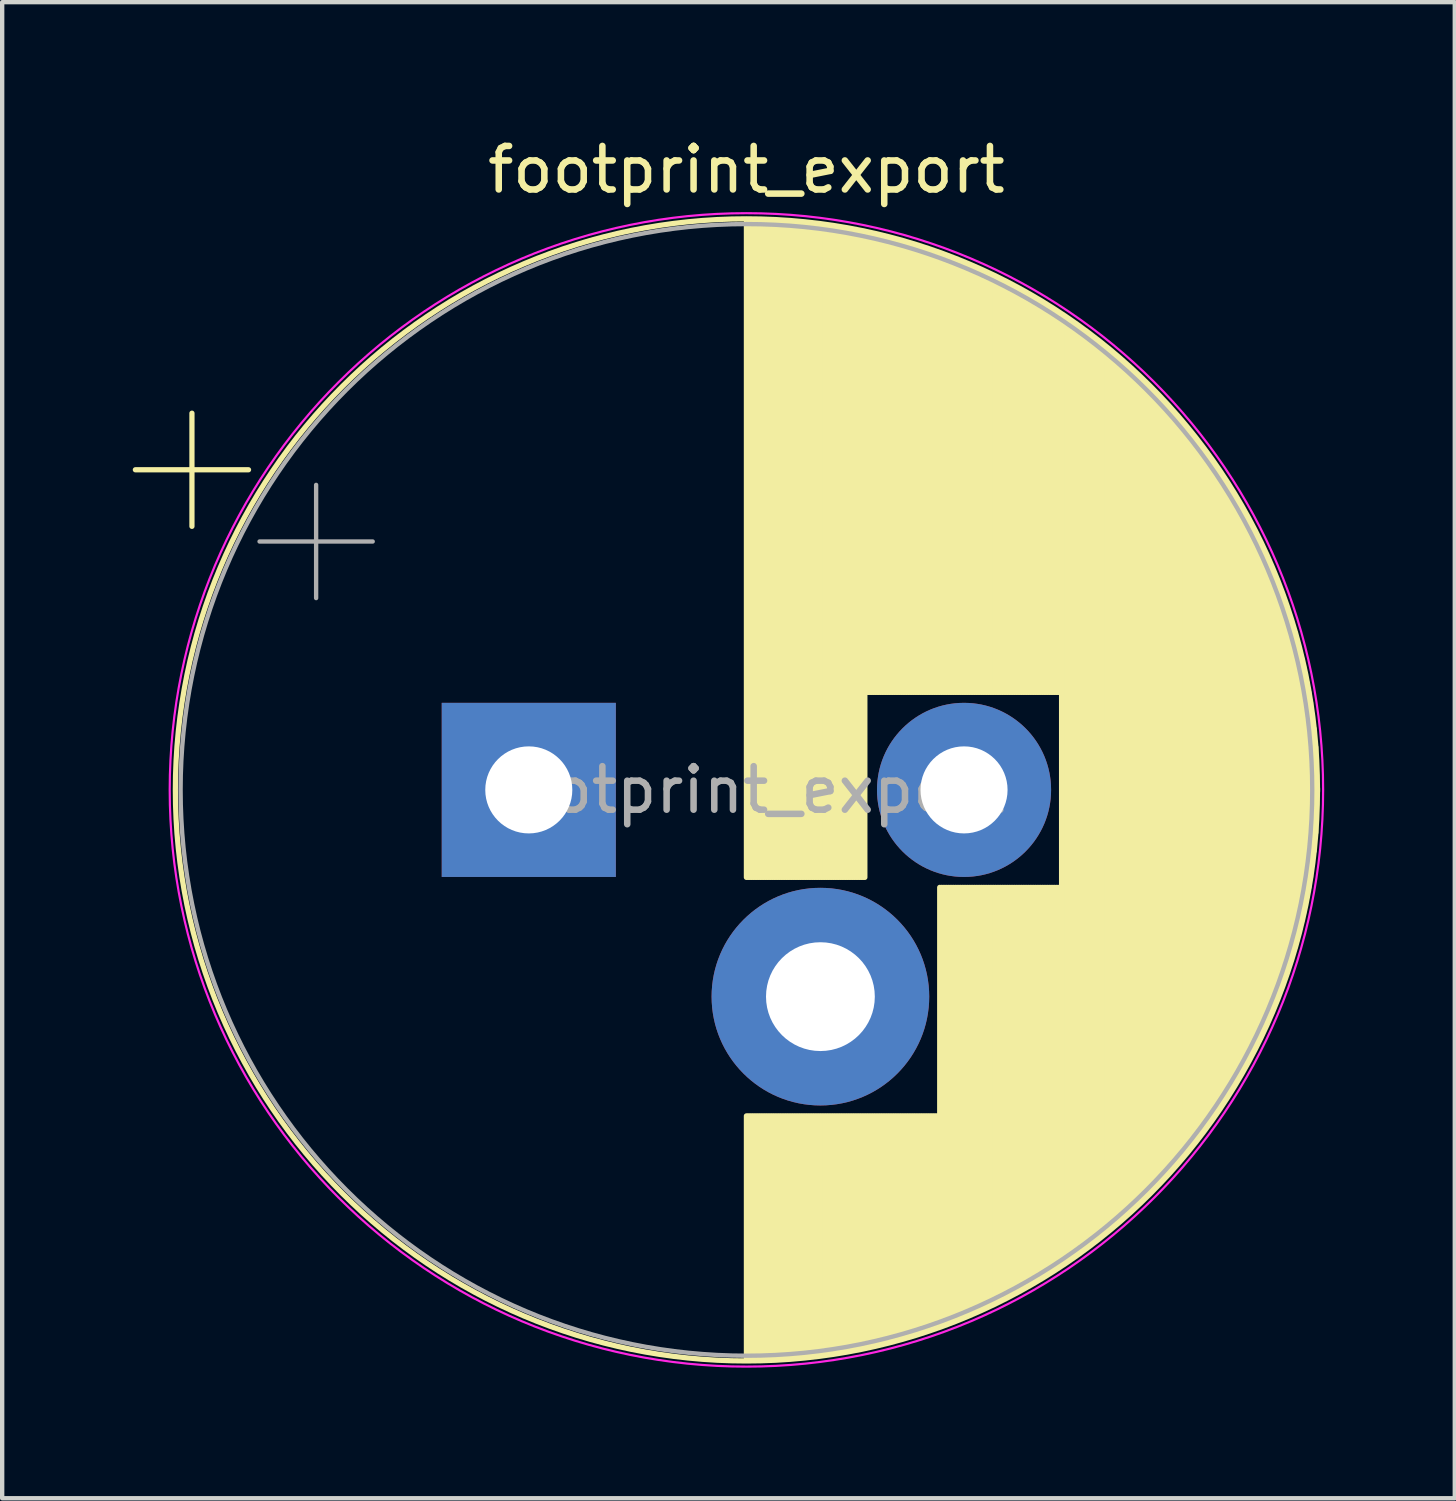
<source format=kicad_pcb>
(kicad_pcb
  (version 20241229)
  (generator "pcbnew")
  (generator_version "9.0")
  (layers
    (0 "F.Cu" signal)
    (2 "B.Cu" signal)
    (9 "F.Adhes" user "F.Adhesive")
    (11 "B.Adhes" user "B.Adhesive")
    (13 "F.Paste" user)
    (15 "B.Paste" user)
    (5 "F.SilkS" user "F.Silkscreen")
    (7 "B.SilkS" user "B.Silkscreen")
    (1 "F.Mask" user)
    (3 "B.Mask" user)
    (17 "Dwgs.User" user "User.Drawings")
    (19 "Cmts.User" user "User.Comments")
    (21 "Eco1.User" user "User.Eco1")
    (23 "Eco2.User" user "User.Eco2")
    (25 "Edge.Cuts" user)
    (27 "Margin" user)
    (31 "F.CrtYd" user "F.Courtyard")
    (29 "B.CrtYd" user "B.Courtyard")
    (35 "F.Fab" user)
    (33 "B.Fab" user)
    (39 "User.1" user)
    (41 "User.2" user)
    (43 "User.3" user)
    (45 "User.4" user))
  (footprint "footprint_export"
    (layer "F.Cu")
    (at 9.099 15.098)
    (property "Reference" "footprint_export" (at 5 -14.25 0) (layer "F.SilkS") (effects (font (size 1 1) (thickness 0.15))))
    (attr through_hole)
    (fp_line (start -9.039 -7.355) (end -6.439 -7.355) (stroke (width 0.12) (type solid)) (layer "F.SilkS"))
    (fp_line (start -7.739 -8.655) (end -7.739 -6.055) (stroke (width 0.12) (type solid)) (layer "F.SilkS"))
    (fp_line (start 5 -13.081) (end 5 2.01) (stroke (width 0.12) (type solid)) (layer "F.SilkS"))
    (fp_line (start 5 7.49) (end 5 13.081) (stroke (width 0.12) (type solid)) (layer "F.SilkS"))
    (fp_line (start 5.04 -13.08) (end 5.04 2.01) (stroke (width 0.12) (type solid)) (layer "F.SilkS"))
    (fp_line (start 5.04 7.49) (end 5.04 13.08) (stroke (width 0.12) (type solid)) (layer "F.SilkS"))
    (fp_line (start 5.08 -13.08) (end 5.08 2.01) (stroke (width 0.12) (type solid)) (layer "F.SilkS"))
    (fp_line (start 5.08 7.49) (end 5.08 13.08) (stroke (width 0.12) (type solid)) (layer "F.SilkS"))
    (fp_line (start 5.12 -13.08) (end 5.12 2.01) (stroke (width 0.12) (type solid)) (layer "F.SilkS"))
    (fp_line (start 5.12 7.49) (end 5.12 13.08) (stroke (width 0.12) (type solid)) (layer "F.SilkS"))
    (fp_line (start 5.16 -13.08) (end 5.16 2.01) (stroke (width 0.12) (type solid)) (layer "F.SilkS"))
    (fp_line (start 5.16 7.49) (end 5.16 13.08) (stroke (width 0.12) (type solid)) (layer "F.SilkS"))
    (fp_line (start 5.2 -13.079) (end 5.2 2.01) (stroke (width 0.12) (type solid)) (layer "F.SilkS"))
    (fp_line (start 5.2 7.49) (end 5.2 13.079) (stroke (width 0.12) (type solid)) (layer "F.SilkS"))
    (fp_line (start 5.24 -13.078) (end 5.24 2.01) (stroke (width 0.12) (type solid)) (layer "F.SilkS"))
    (fp_line (start 5.24 7.49) (end 5.24 13.078) (stroke (width 0.12) (type solid)) (layer "F.SilkS"))
    (fp_line (start 5.28 -13.078) (end 5.28 2.01) (stroke (width 0.12) (type solid)) (layer "F.SilkS"))
    (fp_line (start 5.28 7.49) (end 5.28 13.078) (stroke (width 0.12) (type solid)) (layer "F.SilkS"))
    (fp_line (start 5.32 -13.077) (end 5.32 2.01) (stroke (width 0.12) (type solid)) (layer "F.SilkS"))
    (fp_line (start 5.32 7.49) (end 5.32 13.077) (stroke (width 0.12) (type solid)) (layer "F.SilkS"))
    (fp_line (start 5.36 -13.076) (end 5.36 2.01) (stroke (width 0.12) (type solid)) (layer "F.SilkS"))
    (fp_line (start 5.36 7.49) (end 5.36 13.076) (stroke (width 0.12) (type solid)) (layer "F.SilkS"))
    (fp_line (start 5.4 -13.074) (end 5.4 2.01) (stroke (width 0.12) (type solid)) (layer "F.SilkS"))
    (fp_line (start 5.4 7.49) (end 5.4 13.074) (stroke (width 0.12) (type solid)) (layer "F.SilkS"))
    (fp_line (start 5.44 -13.073) (end 5.44 2.01) (stroke (width 0.12) (type solid)) (layer "F.SilkS"))
    (fp_line (start 5.44 7.49) (end 5.44 13.073) (stroke (width 0.12) (type solid)) (layer "F.SilkS"))
    (fp_line (start 5.48 -13.072) (end 5.48 2.01) (stroke (width 0.12) (type solid)) (layer "F.SilkS"))
    (fp_line (start 5.48 7.49) (end 5.48 13.072) (stroke (width 0.12) (type solid)) (layer "F.SilkS"))
    (fp_line (start 5.52 -13.07) (end 5.52 2.01) (stroke (width 0.12) (type solid)) (layer "F.SilkS"))
    (fp_line (start 5.52 7.49) (end 5.52 13.07) (stroke (width 0.12) (type solid)) (layer "F.SilkS"))
    (fp_line (start 5.56 -13.069) (end 5.56 2.01) (stroke (width 0.12) (type solid)) (layer "F.SilkS"))
    (fp_line (start 5.56 7.49) (end 5.56 13.069) (stroke (width 0.12) (type solid)) (layer "F.SilkS"))
    (fp_line (start 5.6 -13.067) (end 5.6 2.01) (stroke (width 0.12) (type solid)) (layer "F.SilkS"))
    (fp_line (start 5.6 7.49) (end 5.6 13.067) (stroke (width 0.12) (type solid)) (layer "F.SilkS"))
    (fp_line (start 5.64 -13.065) (end 5.64 2.01) (stroke (width 0.12) (type solid)) (layer "F.SilkS"))
    (fp_line (start 5.64 7.49) (end 5.64 13.065) (stroke (width 0.12) (type solid)) (layer "F.SilkS"))
    (fp_line (start 5.68 -13.063) (end 5.68 2.01) (stroke (width 0.12) (type solid)) (layer "F.SilkS"))
    (fp_line (start 5.68 7.49) (end 5.68 13.063) (stroke (width 0.12) (type solid)) (layer "F.SilkS"))
    (fp_line (start 5.721 -13.061) (end 5.721 2.01) (stroke (width 0.12) (type solid)) (layer "F.SilkS"))
    (fp_line (start 5.721 7.49) (end 5.721 13.061) (stroke (width 0.12) (type solid)) (layer "F.SilkS"))
    (fp_line (start 5.761 -13.058) (end 5.761 2.01) (stroke (width 0.12) (type solid)) (layer "F.SilkS"))
    (fp_line (start 5.761 7.49) (end 5.761 13.058) (stroke (width 0.12) (type solid)) (layer "F.SilkS"))
    (fp_line (start 5.801 -13.056) (end 5.801 2.01) (stroke (width 0.12) (type solid)) (layer "F.SilkS"))
    (fp_line (start 5.801 7.49) (end 5.801 13.056) (stroke (width 0.12) (type solid)) (layer "F.SilkS"))
    (fp_line (start 5.841 -13.054) (end 5.841 2.01) (stroke (width 0.12) (type solid)) (layer "F.SilkS"))
    (fp_line (start 5.841 7.49) (end 5.841 13.054) (stroke (width 0.12) (type solid)) (layer "F.SilkS"))
    (fp_line (start 5.881 -13.051) (end 5.881 2.01) (stroke (width 0.12) (type solid)) (layer "F.SilkS"))
    (fp_line (start 5.881 7.49) (end 5.881 13.051) (stroke (width 0.12) (type solid)) (layer "F.SilkS"))
    (fp_line (start 5.921 -13.048) (end 5.921 2.01) (stroke (width 0.12) (type solid)) (layer "F.SilkS"))
    (fp_line (start 5.921 7.49) (end 5.921 13.048) (stroke (width 0.12) (type solid)) (layer "F.SilkS"))
    (fp_line (start 5.961 -13.045) (end 5.961 2.01) (stroke (width 0.12) (type solid)) (layer "F.SilkS"))
    (fp_line (start 5.961 7.49) (end 5.961 13.045) (stroke (width 0.12) (type solid)) (layer "F.SilkS"))
    (fp_line (start 6.001 -13.042) (end 6.001 2.01) (stroke (width 0.12) (type solid)) (layer "F.SilkS"))
    (fp_line (start 6.001 7.49) (end 6.001 13.042) (stroke (width 0.12) (type solid)) (layer "F.SilkS"))
    (fp_line (start 6.041 -13.039) (end 6.041 2.01) (stroke (width 0.12) (type solid)) (layer "F.SilkS"))
    (fp_line (start 6.041 7.49) (end 6.041 13.039) (stroke (width 0.12) (type solid)) (layer "F.SilkS"))
    (fp_line (start 6.081 -13.036) (end 6.081 2.01) (stroke (width 0.12) (type solid)) (layer "F.SilkS"))
    (fp_line (start 6.081 7.49) (end 6.081 13.036) (stroke (width 0.12) (type solid)) (layer "F.SilkS"))
    (fp_line (start 6.121 -13.033) (end 6.121 2.01) (stroke (width 0.12) (type solid)) (layer "F.SilkS"))
    (fp_line (start 6.121 7.49) (end 6.121 13.033) (stroke (width 0.12) (type solid)) (layer "F.SilkS"))
    (fp_line (start 6.161 -13.029) (end 6.161 2.01) (stroke (width 0.12) (type solid)) (layer "F.SilkS"))
    (fp_line (start 6.161 7.49) (end 6.161 13.029) (stroke (width 0.12) (type solid)) (layer "F.SilkS"))
    (fp_line (start 6.201 -13.026) (end 6.201 2.01) (stroke (width 0.12) (type solid)) (layer "F.SilkS"))
    (fp_line (start 6.201 7.49) (end 6.201 13.026) (stroke (width 0.12) (type solid)) (layer "F.SilkS"))
    (fp_line (start 6.241 -13.022) (end 6.241 2.01) (stroke (width 0.12) (type solid)) (layer "F.SilkS"))
    (fp_line (start 6.241 7.49) (end 6.241 13.022) (stroke (width 0.12) (type solid)) (layer "F.SilkS"))
    (fp_line (start 6.281 -13.018) (end 6.281 2.01) (stroke (width 0.12) (type solid)) (layer "F.SilkS"))
    (fp_line (start 6.281 7.49) (end 6.281 13.018) (stroke (width 0.12) (type solid)) (layer "F.SilkS"))
    (fp_line (start 6.321 -13.014) (end 6.321 2.01) (stroke (width 0.12) (type solid)) (layer "F.SilkS"))
    (fp_line (start 6.321 7.49) (end 6.321 13.014) (stroke (width 0.12) (type solid)) (layer "F.SilkS"))
    (fp_line (start 6.361 -13.01) (end 6.361 2.01) (stroke (width 0.12) (type solid)) (layer "F.SilkS"))
    (fp_line (start 6.361 7.49) (end 6.361 13.01) (stroke (width 0.12) (type solid)) (layer "F.SilkS"))
    (fp_line (start 6.401 -13.006) (end 6.401 2.01) (stroke (width 0.12) (type solid)) (layer "F.SilkS"))
    (fp_line (start 6.401 7.49) (end 6.401 13.006) (stroke (width 0.12) (type solid)) (layer "F.SilkS"))
    (fp_line (start 6.441 -13.001) (end 6.441 2.01) (stroke (width 0.12) (type solid)) (layer "F.SilkS"))
    (fp_line (start 6.441 7.49) (end 6.441 13.001) (stroke (width 0.12) (type solid)) (layer "F.SilkS"))
    (fp_line (start 6.481 -12.997) (end 6.481 2.01) (stroke (width 0.12) (type solid)) (layer "F.SilkS"))
    (fp_line (start 6.481 7.49) (end 6.481 12.997) (stroke (width 0.12) (type solid)) (layer "F.SilkS"))
    (fp_line (start 6.521 -12.992) (end 6.521 2.01) (stroke (width 0.12) (type solid)) (layer "F.SilkS"))
    (fp_line (start 6.521 7.49) (end 6.521 12.992) (stroke (width 0.12) (type solid)) (layer "F.SilkS"))
    (fp_line (start 6.561 -12.987) (end 6.561 2.01) (stroke (width 0.12) (type solid)) (layer "F.SilkS"))
    (fp_line (start 6.561 7.49) (end 6.561 12.987) (stroke (width 0.12) (type solid)) (layer "F.SilkS"))
    (fp_line (start 6.601 -12.983) (end 6.601 2.01) (stroke (width 0.12) (type solid)) (layer "F.SilkS"))
    (fp_line (start 6.601 7.49) (end 6.601 12.983) (stroke (width 0.12) (type solid)) (layer "F.SilkS"))
    (fp_line (start 6.641 -12.978) (end 6.641 2.01) (stroke (width 0.12) (type solid)) (layer "F.SilkS"))
    (fp_line (start 6.641 7.49) (end 6.641 12.978) (stroke (width 0.12) (type solid)) (layer "F.SilkS"))
    (fp_line (start 6.681 -12.972) (end 6.681 2.01) (stroke (width 0.12) (type solid)) (layer "F.SilkS"))
    (fp_line (start 6.681 7.49) (end 6.681 12.972) (stroke (width 0.12) (type solid)) (layer "F.SilkS"))
    (fp_line (start 6.721 -12.967) (end 6.721 2.01) (stroke (width 0.12) (type solid)) (layer "F.SilkS"))
    (fp_line (start 6.721 7.49) (end 6.721 12.967) (stroke (width 0.12) (type solid)) (layer "F.SilkS"))
    (fp_line (start 6.761 -12.962) (end 6.761 2.01) (stroke (width 0.12) (type solid)) (layer "F.SilkS"))
    (fp_line (start 6.761 7.49) (end 6.761 12.962) (stroke (width 0.12) (type solid)) (layer "F.SilkS"))
    (fp_line (start 6.801 -12.956) (end 6.801 2.01) (stroke (width 0.12) (type solid)) (layer "F.SilkS"))
    (fp_line (start 6.801 7.49) (end 6.801 12.956) (stroke (width 0.12) (type solid)) (layer "F.SilkS"))
    (fp_line (start 6.841 -12.951) (end 6.841 2.01) (stroke (width 0.12) (type solid)) (layer "F.SilkS"))
    (fp_line (start 6.841 7.49) (end 6.841 12.951) (stroke (width 0.12) (type solid)) (layer "F.SilkS"))
    (fp_line (start 6.881 -12.945) (end 6.881 2.01) (stroke (width 0.12) (type solid)) (layer "F.SilkS"))
    (fp_line (start 6.881 7.49) (end 6.881 12.945) (stroke (width 0.12) (type solid)) (layer "F.SilkS"))
    (fp_line (start 6.921 -12.939) (end 6.921 2.01) (stroke (width 0.12) (type solid)) (layer "F.SilkS"))
    (fp_line (start 6.921 7.49) (end 6.921 12.939) (stroke (width 0.12) (type solid)) (layer "F.SilkS"))
    (fp_line (start 6.961 -12.933) (end 6.961 2.01) (stroke (width 0.12) (type solid)) (layer "F.SilkS"))
    (fp_line (start 6.961 7.49) (end 6.961 12.933) (stroke (width 0.12) (type solid)) (layer "F.SilkS"))
    (fp_line (start 7.001 -12.927) (end 7.001 2.01) (stroke (width 0.12) (type solid)) (layer "F.SilkS"))
    (fp_line (start 7.001 7.49) (end 7.001 12.927) (stroke (width 0.12) (type solid)) (layer "F.SilkS"))
    (fp_line (start 7.041 -12.921) (end 7.041 2.01) (stroke (width 0.12) (type solid)) (layer "F.SilkS"))
    (fp_line (start 7.041 7.49) (end 7.041 12.921) (stroke (width 0.12) (type solid)) (layer "F.SilkS"))
    (fp_line (start 7.081 -12.915) (end 7.081 2.01) (stroke (width 0.12) (type solid)) (layer "F.SilkS"))
    (fp_line (start 7.081 7.49) (end 7.081 12.915) (stroke (width 0.12) (type solid)) (layer "F.SilkS"))
    (fp_line (start 7.121 -12.908) (end 7.121 2.01) (stroke (width 0.12) (type solid)) (layer "F.SilkS"))
    (fp_line (start 7.121 7.49) (end 7.121 12.908) (stroke (width 0.12) (type solid)) (layer "F.SilkS"))
    (fp_line (start 7.161 -12.901) (end 7.161 2.01) (stroke (width 0.12) (type solid)) (layer "F.SilkS"))
    (fp_line (start 7.161 7.49) (end 7.161 12.901) (stroke (width 0.12) (type solid)) (layer "F.SilkS"))
    (fp_line (start 7.201 -12.895) (end 7.201 2.01) (stroke (width 0.12) (type solid)) (layer "F.SilkS"))
    (fp_line (start 7.201 7.49) (end 7.201 12.895) (stroke (width 0.12) (type solid)) (layer "F.SilkS"))
    (fp_line (start 7.241 -12.888) (end 7.241 2.01) (stroke (width 0.12) (type solid)) (layer "F.SilkS"))
    (fp_line (start 7.241 7.49) (end 7.241 12.888) (stroke (width 0.12) (type solid)) (layer "F.SilkS"))
    (fp_line (start 7.281 -12.881) (end 7.281 2.01) (stroke (width 0.12) (type solid)) (layer "F.SilkS"))
    (fp_line (start 7.281 7.49) (end 7.281 12.881) (stroke (width 0.12) (type solid)) (layer "F.SilkS"))
    (fp_line (start 7.321 -12.874) (end 7.321 2.01) (stroke (width 0.12) (type solid)) (layer "F.SilkS"))
    (fp_line (start 7.321 7.49) (end 7.321 12.874) (stroke (width 0.12) (type solid)) (layer "F.SilkS"))
    (fp_line (start 7.361 -12.866) (end 7.361 2.01) (stroke (width 0.12) (type solid)) (layer "F.SilkS"))
    (fp_line (start 7.361 7.49) (end 7.361 12.866) (stroke (width 0.12) (type solid)) (layer "F.SilkS"))
    (fp_line (start 7.401 -12.859) (end 7.401 2.01) (stroke (width 0.12) (type solid)) (layer "F.SilkS"))
    (fp_line (start 7.401 7.49) (end 7.401 12.859) (stroke (width 0.12) (type solid)) (layer "F.SilkS"))
    (fp_line (start 7.441 -12.852) (end 7.441 2.01) (stroke (width 0.12) (type solid)) (layer "F.SilkS"))
    (fp_line (start 7.441 7.49) (end 7.441 12.852) (stroke (width 0.12) (type solid)) (layer "F.SilkS"))
    (fp_line (start 7.481 -12.844) (end 7.481 2.01) (stroke (width 0.12) (type solid)) (layer "F.SilkS"))
    (fp_line (start 7.481 7.49) (end 7.481 12.844) (stroke (width 0.12) (type solid)) (layer "F.SilkS"))
    (fp_line (start 7.521 -12.836) (end 7.521 2.01) (stroke (width 0.12) (type solid)) (layer "F.SilkS"))
    (fp_line (start 7.521 7.49) (end 7.521 12.836) (stroke (width 0.12) (type solid)) (layer "F.SilkS"))
    (fp_line (start 7.561 -12.828) (end 7.561 2.01) (stroke (width 0.12) (type solid)) (layer "F.SilkS"))
    (fp_line (start 7.561 7.49) (end 7.561 12.828) (stroke (width 0.12) (type solid)) (layer "F.SilkS"))
    (fp_line (start 7.601 -12.82) (end 7.601 2.01) (stroke (width 0.12) (type solid)) (layer "F.SilkS"))
    (fp_line (start 7.601 7.49) (end 7.601 12.82) (stroke (width 0.12) (type solid)) (layer "F.SilkS"))
    (fp_line (start 7.641 -12.812) (end 7.641 2.01) (stroke (width 0.12) (type solid)) (layer "F.SilkS"))
    (fp_line (start 7.641 7.49) (end 7.641 12.812) (stroke (width 0.12) (type solid)) (layer "F.SilkS"))
    (fp_line (start 7.681 -12.804) (end 7.681 2.01) (stroke (width 0.12) (type solid)) (layer "F.SilkS"))
    (fp_line (start 7.681 7.49) (end 7.681 12.804) (stroke (width 0.12) (type solid)) (layer "F.SilkS"))
    (fp_line (start 7.721 -12.795) (end 7.721 2.01) (stroke (width 0.12) (type solid)) (layer "F.SilkS"))
    (fp_line (start 7.721 7.49) (end 7.721 12.795) (stroke (width 0.12) (type solid)) (layer "F.SilkS"))
    (fp_line (start 7.761 -12.787) (end 7.761 -2.24) (stroke (width 0.12) (type solid)) (layer "F.SilkS"))
    (fp_line (start 7.761 7.49) (end 7.761 12.787) (stroke (width 0.12) (type solid)) (layer "F.SilkS"))
    (fp_line (start 7.801 -12.778) (end 7.801 -2.24) (stroke (width 0.12) (type solid)) (layer "F.SilkS"))
    (fp_line (start 7.801 7.49) (end 7.801 12.778) (stroke (width 0.12) (type solid)) (layer "F.SilkS"))
    (fp_line (start 7.841 -12.769) (end 7.841 -2.24) (stroke (width 0.12) (type solid)) (layer "F.SilkS"))
    (fp_line (start 7.841 7.49) (end 7.841 12.769) (stroke (width 0.12) (type solid)) (layer "F.SilkS"))
    (fp_line (start 7.881 -12.761) (end 7.881 -2.24) (stroke (width 0.12) (type solid)) (layer "F.SilkS"))
    (fp_line (start 7.881 7.49) (end 7.881 12.761) (stroke (width 0.12) (type solid)) (layer "F.SilkS"))
    (fp_line (start 7.921 -12.751) (end 7.921 -2.24) (stroke (width 0.12) (type solid)) (layer "F.SilkS"))
    (fp_line (start 7.921 7.49) (end 7.921 12.751) (stroke (width 0.12) (type solid)) (layer "F.SilkS"))
    (fp_line (start 7.961 -12.742) (end 7.961 -2.24) (stroke (width 0.12) (type solid)) (layer "F.SilkS"))
    (fp_line (start 7.961 7.49) (end 7.961 12.742) (stroke (width 0.12) (type solid)) (layer "F.SilkS"))
    (fp_line (start 8.001 -12.733) (end 8.001 -2.24) (stroke (width 0.12) (type solid)) (layer "F.SilkS"))
    (fp_line (start 8.001 7.49) (end 8.001 12.733) (stroke (width 0.12) (type solid)) (layer "F.SilkS"))
    (fp_line (start 8.041 -12.723) (end 8.041 -2.24) (stroke (width 0.12) (type solid)) (layer "F.SilkS"))
    (fp_line (start 8.041 7.49) (end 8.041 12.723) (stroke (width 0.12) (type solid)) (layer "F.SilkS"))
    (fp_line (start 8.081 -12.714) (end 8.081 -2.24) (stroke (width 0.12) (type solid)) (layer "F.SilkS"))
    (fp_line (start 8.081 7.49) (end 8.081 12.714) (stroke (width 0.12) (type solid)) (layer "F.SilkS"))
    (fp_line (start 8.121 -12.704) (end 8.121 -2.24) (stroke (width 0.12) (type solid)) (layer "F.SilkS"))
    (fp_line (start 8.121 7.49) (end 8.121 12.704) (stroke (width 0.12) (type solid)) (layer "F.SilkS"))
    (fp_line (start 8.161 -12.694) (end 8.161 -2.24) (stroke (width 0.12) (type solid)) (layer "F.SilkS"))
    (fp_line (start 8.161 7.49) (end 8.161 12.694) (stroke (width 0.12) (type solid)) (layer "F.SilkS"))
    (fp_line (start 8.201 -12.684) (end 8.201 -2.24) (stroke (width 0.12) (type solid)) (layer "F.SilkS"))
    (fp_line (start 8.201 7.49) (end 8.201 12.684) (stroke (width 0.12) (type solid)) (layer "F.SilkS"))
    (fp_line (start 8.241 -12.674) (end 8.241 -2.24) (stroke (width 0.12) (type solid)) (layer "F.SilkS"))
    (fp_line (start 8.241 7.49) (end 8.241 12.674) (stroke (width 0.12) (type solid)) (layer "F.SilkS"))
    (fp_line (start 8.281 -12.664) (end 8.281 -2.24) (stroke (width 0.12) (type solid)) (layer "F.SilkS"))
    (fp_line (start 8.281 7.49) (end 8.281 12.664) (stroke (width 0.12) (type solid)) (layer "F.SilkS"))
    (fp_line (start 8.321 -12.653) (end 8.321 -2.24) (stroke (width 0.12) (type solid)) (layer "F.SilkS"))
    (fp_line (start 8.321 7.49) (end 8.321 12.653) (stroke (width 0.12) (type solid)) (layer "F.SilkS"))
    (fp_line (start 8.361 -12.643) (end 8.361 -2.24) (stroke (width 0.12) (type solid)) (layer "F.SilkS"))
    (fp_line (start 8.361 7.49) (end 8.361 12.643) (stroke (width 0.12) (type solid)) (layer "F.SilkS"))
    (fp_line (start 8.401 -12.632) (end 8.401 -2.24) (stroke (width 0.12) (type solid)) (layer "F.SilkS"))
    (fp_line (start 8.401 7.49) (end 8.401 12.632) (stroke (width 0.12) (type solid)) (layer "F.SilkS"))
    (fp_line (start 8.441 -12.621) (end 8.441 -2.24) (stroke (width 0.12) (type solid)) (layer "F.SilkS"))
    (fp_line (start 8.441 7.49) (end 8.441 12.621) (stroke (width 0.12) (type solid)) (layer "F.SilkS"))
    (fp_line (start 8.481 -12.611) (end 8.481 -2.24) (stroke (width 0.12) (type solid)) (layer "F.SilkS"))
    (fp_line (start 8.481 7.49) (end 8.481 12.611) (stroke (width 0.12) (type solid)) (layer "F.SilkS"))
    (fp_line (start 8.521 -12.599) (end 8.521 -2.24) (stroke (width 0.12) (type solid)) (layer "F.SilkS"))
    (fp_line (start 8.521 7.49) (end 8.521 12.599) (stroke (width 0.12) (type solid)) (layer "F.SilkS"))
    (fp_line (start 8.561 -12.588) (end 8.561 -2.24) (stroke (width 0.12) (type solid)) (layer "F.SilkS"))
    (fp_line (start 8.561 7.49) (end 8.561 12.588) (stroke (width 0.12) (type solid)) (layer "F.SilkS"))
    (fp_line (start 8.601 -12.577) (end 8.601 -2.24) (stroke (width 0.12) (type solid)) (layer "F.SilkS"))
    (fp_line (start 8.601 7.49) (end 8.601 12.577) (stroke (width 0.12) (type solid)) (layer "F.SilkS"))
    (fp_line (start 8.641 -12.565) (end 8.641 -2.24) (stroke (width 0.12) (type solid)) (layer "F.SilkS"))
    (fp_line (start 8.641 7.49) (end 8.641 12.565) (stroke (width 0.12) (type solid)) (layer "F.SilkS"))
    (fp_line (start 8.681 -12.554) (end 8.681 -2.24) (stroke (width 0.12) (type solid)) (layer "F.SilkS"))
    (fp_line (start 8.681 7.49) (end 8.681 12.554) (stroke (width 0.12) (type solid)) (layer "F.SilkS"))
    (fp_line (start 8.721 -12.542) (end 8.721 -2.24) (stroke (width 0.12) (type solid)) (layer "F.SilkS"))
    (fp_line (start 8.721 7.49) (end 8.721 12.542) (stroke (width 0.12) (type solid)) (layer "F.SilkS"))
    (fp_line (start 8.761 -12.53) (end 8.761 -2.24) (stroke (width 0.12) (type solid)) (layer "F.SilkS"))
    (fp_line (start 8.761 7.49) (end 8.761 12.53) (stroke (width 0.12) (type solid)) (layer "F.SilkS"))
    (fp_line (start 8.801 -12.518) (end 8.801 -2.24) (stroke (width 0.12) (type solid)) (layer "F.SilkS"))
    (fp_line (start 8.801 7.49) (end 8.801 12.518) (stroke (width 0.12) (type solid)) (layer "F.SilkS"))
    (fp_line (start 8.841 -12.506) (end 8.841 -2.24) (stroke (width 0.12) (type solid)) (layer "F.SilkS"))
    (fp_line (start 8.841 7.49) (end 8.841 12.506) (stroke (width 0.12) (type solid)) (layer "F.SilkS"))
    (fp_line (start 8.881 -12.494) (end 8.881 -2.24) (stroke (width 0.12) (type solid)) (layer "F.SilkS"))
    (fp_line (start 8.881 7.49) (end 8.881 12.494) (stroke (width 0.12) (type solid)) (layer "F.SilkS"))
    (fp_line (start 8.921 -12.481) (end 8.921 -2.24) (stroke (width 0.12) (type solid)) (layer "F.SilkS"))
    (fp_line (start 8.921 7.49) (end 8.921 12.481) (stroke (width 0.12) (type solid)) (layer "F.SilkS"))
    (fp_line (start 8.961 -12.469) (end 8.961 -2.24) (stroke (width 0.12) (type solid)) (layer "F.SilkS"))
    (fp_line (start 8.961 7.49) (end 8.961 12.469) (stroke (width 0.12) (type solid)) (layer "F.SilkS"))
    (fp_line (start 9.001 -12.456) (end 9.001 -2.24) (stroke (width 0.12) (type solid)) (layer "F.SilkS"))
    (fp_line (start 9.001 7.49) (end 9.001 12.456) (stroke (width 0.12) (type solid)) (layer "F.SilkS"))
    (fp_line (start 9.041 -12.443) (end 9.041 -2.24) (stroke (width 0.12) (type solid)) (layer "F.SilkS"))
    (fp_line (start 9.041 7.49) (end 9.041 12.443) (stroke (width 0.12) (type solid)) (layer "F.SilkS"))
    (fp_line (start 9.081 -12.43) (end 9.081 -2.24) (stroke (width 0.12) (type solid)) (layer "F.SilkS"))
    (fp_line (start 9.081 7.49) (end 9.081 12.43) (stroke (width 0.12) (type solid)) (layer "F.SilkS"))
    (fp_line (start 9.121 -12.417) (end 9.121 -2.24) (stroke (width 0.12) (type solid)) (layer "F.SilkS"))
    (fp_line (start 9.121 7.49) (end 9.121 12.417) (stroke (width 0.12) (type solid)) (layer "F.SilkS"))
    (fp_line (start 9.161 -12.404) (end 9.161 -2.24) (stroke (width 0.12) (type solid)) (layer "F.SilkS"))
    (fp_line (start 9.161 7.49) (end 9.161 12.404) (stroke (width 0.12) (type solid)) (layer "F.SilkS"))
    (fp_line (start 9.201 -12.39) (end 9.201 -2.24) (stroke (width 0.12) (type solid)) (layer "F.SilkS"))
    (fp_line (start 9.201 7.49) (end 9.201 12.39) (stroke (width 0.12) (type solid)) (layer "F.SilkS"))
    (fp_line (start 9.241 -12.376) (end 9.241 -2.24) (stroke (width 0.12) (type solid)) (layer "F.SilkS"))
    (fp_line (start 9.241 7.49) (end 9.241 12.376) (stroke (width 0.12) (type solid)) (layer "F.SilkS"))
    (fp_line (start 9.281 -12.363) (end 9.281 -2.24) (stroke (width 0.12) (type solid)) (layer "F.SilkS"))
    (fp_line (start 9.281 7.49) (end 9.281 12.363) (stroke (width 0.12) (type solid)) (layer "F.SilkS"))
    (fp_line (start 9.321 -12.349) (end 9.321 -2.24) (stroke (width 0.12) (type solid)) (layer "F.SilkS"))
    (fp_line (start 9.321 7.49) (end 9.321 12.349) (stroke (width 0.12) (type solid)) (layer "F.SilkS"))
    (fp_line (start 9.361 -12.335) (end 9.361 -2.24) (stroke (width 0.12) (type solid)) (layer "F.SilkS"))
    (fp_line (start 9.361 7.49) (end 9.361 12.335) (stroke (width 0.12) (type solid)) (layer "F.SilkS"))
    (fp_line (start 9.401 -12.321) (end 9.401 -2.24) (stroke (width 0.12) (type solid)) (layer "F.SilkS"))
    (fp_line (start 9.401 7.49) (end 9.401 12.321) (stroke (width 0.12) (type solid)) (layer "F.SilkS"))
    (fp_line (start 9.441 -12.306) (end 9.441 -2.24) (stroke (width 0.12) (type solid)) (layer "F.SilkS"))
    (fp_line (start 9.441 2.24) (end 9.441 12.306) (stroke (width 0.12) (type solid)) (layer "F.SilkS"))
    (fp_line (start 9.481 -12.292) (end 9.481 -2.24) (stroke (width 0.12) (type solid)) (layer "F.SilkS"))
    (fp_line (start 9.481 2.24) (end 9.481 12.292) (stroke (width 0.12) (type solid)) (layer "F.SilkS"))
    (fp_line (start 9.521 -12.277) (end 9.521 -2.24) (stroke (width 0.12) (type solid)) (layer "F.SilkS"))
    (fp_line (start 9.521 2.24) (end 9.521 12.277) (stroke (width 0.12) (type solid)) (layer "F.SilkS"))
    (fp_line (start 9.561 -12.263) (end 9.561 -2.24) (stroke (width 0.12) (type solid)) (layer "F.SilkS"))
    (fp_line (start 9.561 2.24) (end 9.561 12.263) (stroke (width 0.12) (type solid)) (layer "F.SilkS"))
    (fp_line (start 9.601 -12.248) (end 9.601 -2.24) (stroke (width 0.12) (type solid)) (layer "F.SilkS"))
    (fp_line (start 9.601 2.24) (end 9.601 12.248) (stroke (width 0.12) (type solid)) (layer "F.SilkS"))
    (fp_line (start 9.641 -12.233) (end 9.641 -2.24) (stroke (width 0.12) (type solid)) (layer "F.SilkS"))
    (fp_line (start 9.641 2.24) (end 9.641 12.233) (stroke (width 0.12) (type solid)) (layer "F.SilkS"))
    (fp_line (start 9.681 -12.217) (end 9.681 -2.24) (stroke (width 0.12) (type solid)) (layer "F.SilkS"))
    (fp_line (start 9.681 2.24) (end 9.681 12.217) (stroke (width 0.12) (type solid)) (layer "F.SilkS"))
    (fp_line (start 9.721 -12.202) (end 9.721 -2.24) (stroke (width 0.12) (type solid)) (layer "F.SilkS"))
    (fp_line (start 9.721 2.24) (end 9.721 12.202) (stroke (width 0.12) (type solid)) (layer "F.SilkS"))
    (fp_line (start 9.761 -12.187) (end 9.761 -2.24) (stroke (width 0.12) (type solid)) (layer "F.SilkS"))
    (fp_line (start 9.761 2.24) (end 9.761 12.187) (stroke (width 0.12) (type solid)) (layer "F.SilkS"))
    (fp_line (start 9.801 -12.171) (end 9.801 -2.24) (stroke (width 0.12) (type solid)) (layer "F.SilkS"))
    (fp_line (start 9.801 2.24) (end 9.801 12.171) (stroke (width 0.12) (type solid)) (layer "F.SilkS"))
    (fp_line (start 9.841 -12.155) (end 9.841 -2.24) (stroke (width 0.12) (type solid)) (layer "F.SilkS"))
    (fp_line (start 9.841 2.24) (end 9.841 12.155) (stroke (width 0.12) (type solid)) (layer "F.SilkS"))
    (fp_line (start 9.881 -12.139) (end 9.881 -2.24) (stroke (width 0.12) (type solid)) (layer "F.SilkS"))
    (fp_line (start 9.881 2.24) (end 9.881 12.139) (stroke (width 0.12) (type solid)) (layer "F.SilkS"))
    (fp_line (start 9.921 -12.123) (end 9.921 -2.24) (stroke (width 0.12) (type solid)) (layer "F.SilkS"))
    (fp_line (start 9.921 2.24) (end 9.921 12.123) (stroke (width 0.12) (type solid)) (layer "F.SilkS"))
    (fp_line (start 9.961 -12.107) (end 9.961 -2.24) (stroke (width 0.12) (type solid)) (layer "F.SilkS"))
    (fp_line (start 9.961 2.24) (end 9.961 12.107) (stroke (width 0.12) (type solid)) (layer "F.SilkS"))
    (fp_line (start 10.001 -12.09) (end 10.001 -2.24) (stroke (width 0.12) (type solid)) (layer "F.SilkS"))
    (fp_line (start 10.001 2.24) (end 10.001 12.09) (stroke (width 0.12) (type solid)) (layer "F.SilkS"))
    (fp_line (start 10.041 -12.074) (end 10.041 -2.24) (stroke (width 0.12) (type solid)) (layer "F.SilkS"))
    (fp_line (start 10.041 2.24) (end 10.041 12.074) (stroke (width 0.12) (type solid)) (layer "F.SilkS"))
    (fp_line (start 10.081 -12.057) (end 10.081 -2.24) (stroke (width 0.12) (type solid)) (layer "F.SilkS"))
    (fp_line (start 10.081 2.24) (end 10.081 12.057) (stroke (width 0.12) (type solid)) (layer "F.SilkS"))
    (fp_line (start 10.121 -12.04) (end 10.121 -2.24) (stroke (width 0.12) (type solid)) (layer "F.SilkS"))
    (fp_line (start 10.121 2.24) (end 10.121 12.04) (stroke (width 0.12) (type solid)) (layer "F.SilkS"))
    (fp_line (start 10.161 -12.023) (end 10.161 -2.24) (stroke (width 0.12) (type solid)) (layer "F.SilkS"))
    (fp_line (start 10.161 2.24) (end 10.161 12.023) (stroke (width 0.12) (type solid)) (layer "F.SilkS"))
    (fp_line (start 10.201 -12.006) (end 10.201 -2.24) (stroke (width 0.12) (type solid)) (layer "F.SilkS"))
    (fp_line (start 10.201 2.24) (end 10.201 12.006) (stroke (width 0.12) (type solid)) (layer "F.SilkS"))
    (fp_line (start 10.241 -11.989) (end 10.241 -2.24) (stroke (width 0.12) (type solid)) (layer "F.SilkS"))
    (fp_line (start 10.241 2.24) (end 10.241 11.989) (stroke (width 0.12) (type solid)) (layer "F.SilkS"))
    (fp_line (start 10.281 -11.971) (end 10.281 -2.24) (stroke (width 0.12) (type solid)) (layer "F.SilkS"))
    (fp_line (start 10.281 2.24) (end 10.281 11.971) (stroke (width 0.12) (type solid)) (layer "F.SilkS"))
    (fp_line (start 10.321 -11.953) (end 10.321 -2.24) (stroke (width 0.12) (type solid)) (layer "F.SilkS"))
    (fp_line (start 10.321 2.24) (end 10.321 11.953) (stroke (width 0.12) (type solid)) (layer "F.SilkS"))
    (fp_line (start 10.361 -11.936) (end 10.361 -2.24) (stroke (width 0.12) (type solid)) (layer "F.SilkS"))
    (fp_line (start 10.361 2.24) (end 10.361 11.936) (stroke (width 0.12) (type solid)) (layer "F.SilkS"))
    (fp_line (start 10.401 -11.918) (end 10.401 -2.24) (stroke (width 0.12) (type solid)) (layer "F.SilkS"))
    (fp_line (start 10.401 2.24) (end 10.401 11.918) (stroke (width 0.12) (type solid)) (layer "F.SilkS"))
    (fp_line (start 10.441 -11.9) (end 10.441 -2.24) (stroke (width 0.12) (type solid)) (layer "F.SilkS"))
    (fp_line (start 10.441 2.24) (end 10.441 11.9) (stroke (width 0.12) (type solid)) (layer "F.SilkS"))
    (fp_line (start 10.481 -11.881) (end 10.481 -2.24) (stroke (width 0.12) (type solid)) (layer "F.SilkS"))
    (fp_line (start 10.481 2.24) (end 10.481 11.881) (stroke (width 0.12) (type solid)) (layer "F.SilkS"))
    (fp_line (start 10.521 -11.863) (end 10.521 -2.24) (stroke (width 0.12) (type solid)) (layer "F.SilkS"))
    (fp_line (start 10.521 2.24) (end 10.521 11.863) (stroke (width 0.12) (type solid)) (layer "F.SilkS"))
    (fp_line (start 10.561 -11.844) (end 10.561 -2.24) (stroke (width 0.12) (type solid)) (layer "F.SilkS"))
    (fp_line (start 10.561 2.24) (end 10.561 11.844) (stroke (width 0.12) (type solid)) (layer "F.SilkS"))
    (fp_line (start 10.601 -11.825) (end 10.601 -2.24) (stroke (width 0.12) (type solid)) (layer "F.SilkS"))
    (fp_line (start 10.601 2.24) (end 10.601 11.825) (stroke (width 0.12) (type solid)) (layer "F.SilkS"))
    (fp_line (start 10.641 -11.806) (end 10.641 -2.24) (stroke (width 0.12) (type solid)) (layer "F.SilkS"))
    (fp_line (start 10.641 2.24) (end 10.641 11.806) (stroke (width 0.12) (type solid)) (layer "F.SilkS"))
    (fp_line (start 10.681 -11.787) (end 10.681 -2.24) (stroke (width 0.12) (type solid)) (layer "F.SilkS"))
    (fp_line (start 10.681 2.24) (end 10.681 11.787) (stroke (width 0.12) (type solid)) (layer "F.SilkS"))
    (fp_line (start 10.721 -11.768) (end 10.721 -2.24) (stroke (width 0.12) (type solid)) (layer "F.SilkS"))
    (fp_line (start 10.721 2.24) (end 10.721 11.768) (stroke (width 0.12) (type solid)) (layer "F.SilkS"))
    (fp_line (start 10.761 -11.748) (end 10.761 -2.24) (stroke (width 0.12) (type solid)) (layer "F.SilkS"))
    (fp_line (start 10.761 2.24) (end 10.761 11.748) (stroke (width 0.12) (type solid)) (layer "F.SilkS"))
    (fp_line (start 10.801 -11.729) (end 10.801 -2.24) (stroke (width 0.12) (type solid)) (layer "F.SilkS"))
    (fp_line (start 10.801 2.24) (end 10.801 11.729) (stroke (width 0.12) (type solid)) (layer "F.SilkS"))
    (fp_line (start 10.841 -11.709) (end 10.841 -2.24) (stroke (width 0.12) (type solid)) (layer "F.SilkS"))
    (fp_line (start 10.841 2.24) (end 10.841 11.709) (stroke (width 0.12) (type solid)) (layer "F.SilkS"))
    (fp_line (start 10.881 -11.689) (end 10.881 -2.24) (stroke (width 0.12) (type solid)) (layer "F.SilkS"))
    (fp_line (start 10.881 2.24) (end 10.881 11.689) (stroke (width 0.12) (type solid)) (layer "F.SilkS"))
    (fp_line (start 10.921 -11.669) (end 10.921 -2.24) (stroke (width 0.12) (type solid)) (layer "F.SilkS"))
    (fp_line (start 10.921 2.24) (end 10.921 11.669) (stroke (width 0.12) (type solid)) (layer "F.SilkS"))
    (fp_line (start 10.961 -11.649) (end 10.961 -2.24) (stroke (width 0.12) (type solid)) (layer "F.SilkS"))
    (fp_line (start 10.961 2.24) (end 10.961 11.649) (stroke (width 0.12) (type solid)) (layer "F.SilkS"))
    (fp_line (start 11.001 -11.628) (end 11.001 -2.24) (stroke (width 0.12) (type solid)) (layer "F.SilkS"))
    (fp_line (start 11.001 2.24) (end 11.001 11.628) (stroke (width 0.12) (type solid)) (layer "F.SilkS"))
    (fp_line (start 11.041 -11.608) (end 11.041 -2.24) (stroke (width 0.12) (type solid)) (layer "F.SilkS"))
    (fp_line (start 11.041 2.24) (end 11.041 11.608) (stroke (width 0.12) (type solid)) (layer "F.SilkS"))
    (fp_line (start 11.081 -11.587) (end 11.081 -2.24) (stroke (width 0.12) (type solid)) (layer "F.SilkS"))
    (fp_line (start 11.081 2.24) (end 11.081 11.587) (stroke (width 0.12) (type solid)) (layer "F.SilkS"))
    (fp_line (start 11.121 -11.566) (end 11.121 -2.24) (stroke (width 0.12) (type solid)) (layer "F.SilkS"))
    (fp_line (start 11.121 2.24) (end 11.121 11.566) (stroke (width 0.12) (type solid)) (layer "F.SilkS"))
    (fp_line (start 11.161 -11.544) (end 11.161 -2.24) (stroke (width 0.12) (type solid)) (layer "F.SilkS"))
    (fp_line (start 11.161 2.24) (end 11.161 11.544) (stroke (width 0.12) (type solid)) (layer "F.SilkS"))
    (fp_line (start 11.201 -11.523) (end 11.201 -2.24) (stroke (width 0.12) (type solid)) (layer "F.SilkS"))
    (fp_line (start 11.201 2.24) (end 11.201 11.523) (stroke (width 0.12) (type solid)) (layer "F.SilkS"))
    (fp_line (start 11.241 -11.502) (end 11.241 -2.24) (stroke (width 0.12) (type solid)) (layer "F.SilkS"))
    (fp_line (start 11.241 2.24) (end 11.241 11.502) (stroke (width 0.12) (type solid)) (layer "F.SilkS"))
    (fp_line (start 11.281 -11.48) (end 11.281 -2.24) (stroke (width 0.12) (type solid)) (layer "F.SilkS"))
    (fp_line (start 11.281 2.24) (end 11.281 11.48) (stroke (width 0.12) (type solid)) (layer "F.SilkS"))
    (fp_line (start 11.321 -11.458) (end 11.321 -2.24) (stroke (width 0.12) (type solid)) (layer "F.SilkS"))
    (fp_line (start 11.321 2.24) (end 11.321 11.458) (stroke (width 0.12) (type solid)) (layer "F.SilkS"))
    (fp_line (start 11.361 -11.436) (end 11.361 -2.24) (stroke (width 0.12) (type solid)) (layer "F.SilkS"))
    (fp_line (start 11.361 2.24) (end 11.361 11.436) (stroke (width 0.12) (type solid)) (layer "F.SilkS"))
    (fp_line (start 11.401 -11.414) (end 11.401 -2.24) (stroke (width 0.12) (type solid)) (layer "F.SilkS"))
    (fp_line (start 11.401 2.24) (end 11.401 11.414) (stroke (width 0.12) (type solid)) (layer "F.SilkS"))
    (fp_line (start 11.441 -11.391) (end 11.441 -2.24) (stroke (width 0.12) (type solid)) (layer "F.SilkS"))
    (fp_line (start 11.441 2.24) (end 11.441 11.391) (stroke (width 0.12) (type solid)) (layer "F.SilkS"))
    (fp_line (start 11.481 -11.369) (end 11.481 -2.24) (stroke (width 0.12) (type solid)) (layer "F.SilkS"))
    (fp_line (start 11.481 2.24) (end 11.481 11.369) (stroke (width 0.12) (type solid)) (layer "F.SilkS"))
    (fp_line (start 11.521 -11.346) (end 11.521 -2.24) (stroke (width 0.12) (type solid)) (layer "F.SilkS"))
    (fp_line (start 11.521 2.24) (end 11.521 11.346) (stroke (width 0.12) (type solid)) (layer "F.SilkS"))
    (fp_line (start 11.561 -11.323) (end 11.561 -2.24) (stroke (width 0.12) (type solid)) (layer "F.SilkS"))
    (fp_line (start 11.561 2.24) (end 11.561 11.323) (stroke (width 0.12) (type solid)) (layer "F.SilkS"))
    (fp_line (start 11.601 -11.3) (end 11.601 -2.24) (stroke (width 0.12) (type solid)) (layer "F.SilkS"))
    (fp_line (start 11.601 2.24) (end 11.601 11.3) (stroke (width 0.12) (type solid)) (layer "F.SilkS"))
    (fp_line (start 11.641 -11.276) (end 11.641 -2.24) (stroke (width 0.12) (type solid)) (layer "F.SilkS"))
    (fp_line (start 11.641 2.24) (end 11.641 11.276) (stroke (width 0.12) (type solid)) (layer "F.SilkS"))
    (fp_line (start 11.681 -11.253) (end 11.681 -2.24) (stroke (width 0.12) (type solid)) (layer "F.SilkS"))
    (fp_line (start 11.681 2.24) (end 11.681 11.253) (stroke (width 0.12) (type solid)) (layer "F.SilkS"))
    (fp_line (start 11.721 -11.229) (end 11.721 -2.24) (stroke (width 0.12) (type solid)) (layer "F.SilkS"))
    (fp_line (start 11.721 2.24) (end 11.721 11.229) (stroke (width 0.12) (type solid)) (layer "F.SilkS"))
    (fp_line (start 11.761 -11.205) (end 11.761 -2.24) (stroke (width 0.12) (type solid)) (layer "F.SilkS"))
    (fp_line (start 11.761 2.24) (end 11.761 11.205) (stroke (width 0.12) (type solid)) (layer "F.SilkS"))
    (fp_line (start 11.801 -11.181) (end 11.801 -2.24) (stroke (width 0.12) (type solid)) (layer "F.SilkS"))
    (fp_line (start 11.801 2.24) (end 11.801 11.181) (stroke (width 0.12) (type solid)) (layer "F.SilkS"))
    (fp_line (start 11.841 -11.156) (end 11.841 -2.24) (stroke (width 0.12) (type solid)) (layer "F.SilkS"))
    (fp_line (start 11.841 2.24) (end 11.841 11.156) (stroke (width 0.12) (type solid)) (layer "F.SilkS"))
    (fp_line (start 11.881 -11.132) (end 11.881 -2.24) (stroke (width 0.12) (type solid)) (layer "F.SilkS"))
    (fp_line (start 11.881 2.24) (end 11.881 11.132) (stroke (width 0.12) (type solid)) (layer "F.SilkS"))
    (fp_line (start 11.921 -11.107) (end 11.921 -2.24) (stroke (width 0.12) (type solid)) (layer "F.SilkS"))
    (fp_line (start 11.921 2.24) (end 11.921 11.107) (stroke (width 0.12) (type solid)) (layer "F.SilkS"))
    (fp_line (start 11.961 -11.082) (end 11.961 -2.24) (stroke (width 0.12) (type solid)) (layer "F.SilkS"))
    (fp_line (start 11.961 2.24) (end 11.961 11.082) (stroke (width 0.12) (type solid)) (layer "F.SilkS"))
    (fp_line (start 12.001 -11.057) (end 12.001 -2.24) (stroke (width 0.12) (type solid)) (layer "F.SilkS"))
    (fp_line (start 12.001 2.24) (end 12.001 11.057) (stroke (width 0.12) (type solid)) (layer "F.SilkS"))
    (fp_line (start 12.041 -11.032) (end 12.041 -2.24) (stroke (width 0.12) (type solid)) (layer "F.SilkS"))
    (fp_line (start 12.041 2.24) (end 12.041 11.032) (stroke (width 0.12) (type solid)) (layer "F.SilkS"))
    (fp_line (start 12.081 -11.006) (end 12.081 -2.24) (stroke (width 0.12) (type solid)) (layer "F.SilkS"))
    (fp_line (start 12.081 2.24) (end 12.081 11.006) (stroke (width 0.12) (type solid)) (layer "F.SilkS"))
    (fp_line (start 12.121 -10.98) (end 12.121 -2.24) (stroke (width 0.12) (type solid)) (layer "F.SilkS"))
    (fp_line (start 12.121 2.24) (end 12.121 10.98) (stroke (width 0.12) (type solid)) (layer "F.SilkS"))
    (fp_line (start 12.161 -10.955) (end 12.161 -2.24) (stroke (width 0.12) (type solid)) (layer "F.SilkS"))
    (fp_line (start 12.161 2.24) (end 12.161 10.955) (stroke (width 0.12) (type solid)) (layer "F.SilkS"))
    (fp_line (start 12.201 -10.928) (end 12.201 -2.24) (stroke (width 0.12) (type solid)) (layer "F.SilkS"))
    (fp_line (start 12.201 2.24) (end 12.201 10.928) (stroke (width 0.12) (type solid)) (layer "F.SilkS"))
    (fp_line (start 12.241 -10.902) (end 12.241 10.902) (stroke (width 0.12) (type solid)) (layer "F.SilkS"))
    (fp_line (start 12.281 -10.875) (end 12.281 10.875) (stroke (width 0.12) (type solid)) (layer "F.SilkS"))
    (fp_line (start 12.321 -10.849) (end 12.321 10.849) (stroke (width 0.12) (type solid)) (layer "F.SilkS"))
    (fp_line (start 12.361 -10.822) (end 12.361 10.822) (stroke (width 0.12) (type solid)) (layer "F.SilkS"))
    (fp_line (start 12.401 -10.794) (end 12.401 10.794) (stroke (width 0.12) (type solid)) (layer "F.SilkS"))
    (fp_line (start 12.441 -10.767) (end 12.441 10.767) (stroke (width 0.12) (type solid)) (layer "F.SilkS"))
    (fp_line (start 12.481 -10.739) (end 12.481 10.739) (stroke (width 0.12) (type solid)) (layer "F.SilkS"))
    (fp_line (start 12.521 -10.711) (end 12.521 10.711) (stroke (width 0.12) (type solid)) (layer "F.SilkS"))
    (fp_line (start 12.561 -10.683) (end 12.561 10.683) (stroke (width 0.12) (type solid)) (layer "F.SilkS"))
    (fp_line (start 12.601 -10.655) (end 12.601 10.655) (stroke (width 0.12) (type solid)) (layer "F.SilkS"))
    (fp_line (start 12.641 -10.627) (end 12.641 10.627) (stroke (width 0.12) (type solid)) (layer "F.SilkS"))
    (fp_line (start 12.681 -10.598) (end 12.681 10.598) (stroke (width 0.12) (type solid)) (layer "F.SilkS"))
    (fp_line (start 12.721 -10.569) (end 12.721 10.569) (stroke (width 0.12) (type solid)) (layer "F.SilkS"))
    (fp_line (start 12.761 -10.54) (end 12.761 10.54) (stroke (width 0.12) (type solid)) (layer "F.SilkS"))
    (fp_line (start 12.801 -10.51) (end 12.801 10.51) (stroke (width 0.12) (type solid)) (layer "F.SilkS"))
    (fp_line (start 12.841 -10.48) (end 12.841 10.48) (stroke (width 0.12) (type solid)) (layer "F.SilkS"))
    (fp_line (start 12.881 -10.45) (end 12.881 10.45) (stroke (width 0.12) (type solid)) (layer "F.SilkS"))
    (fp_line (start 12.921 -10.42) (end 12.921 10.42) (stroke (width 0.12) (type solid)) (layer "F.SilkS"))
    (fp_line (start 12.961 -10.39) (end 12.961 10.39) (stroke (width 0.12) (type solid)) (layer "F.SilkS"))
    (fp_line (start 13.001 -10.359) (end 13.001 10.359) (stroke (width 0.12) (type solid)) (layer "F.SilkS"))
    (fp_line (start 13.041 -10.328) (end 13.041 10.328) (stroke (width 0.12) (type solid)) (layer "F.SilkS"))
    (fp_line (start 13.081 -10.297) (end 13.081 10.297) (stroke (width 0.12) (type solid)) (layer "F.SilkS"))
    (fp_line (start 13.121 -10.266) (end 13.121 10.266) (stroke (width 0.12) (type solid)) (layer "F.SilkS"))
    (fp_line (start 13.161 -10.234) (end 13.161 10.234) (stroke (width 0.12) (type solid)) (layer "F.SilkS"))
    (fp_line (start 13.2 -10.202) (end 13.2 10.202) (stroke (width 0.12) (type solid)) (layer "F.SilkS"))
    (fp_line (start 13.24 -10.17) (end 13.24 10.17) (stroke (width 0.12) (type solid)) (layer "F.SilkS"))
    (fp_line (start 13.28 -10.138) (end 13.28 10.138) (stroke (width 0.12) (type solid)) (layer "F.SilkS"))
    (fp_line (start 13.32 -10.105) (end 13.32 10.105) (stroke (width 0.12) (type solid)) (layer "F.SilkS"))
    (fp_line (start 13.36 -10.072) (end 13.36 10.072) (stroke (width 0.12) (type solid)) (layer "F.SilkS"))
    (fp_line (start 13.4 -10.039) (end 13.4 10.039) (stroke (width 0.12) (type solid)) (layer "F.SilkS"))
    (fp_line (start 13.44 -10.005) (end 13.44 10.005) (stroke (width 0.12) (type solid)) (layer "F.SilkS"))
    (fp_line (start 13.48 -9.972) (end 13.48 9.972) (stroke (width 0.12) (type solid)) (layer "F.SilkS"))
    (fp_line (start 13.52 -9.938) (end 13.52 9.938) (stroke (width 0.12) (type solid)) (layer "F.SilkS"))
    (fp_line (start 13.56 -9.903) (end 13.56 9.903) (stroke (width 0.12) (type solid)) (layer "F.SilkS"))
    (fp_line (start 13.6 -9.869) (end 13.6 9.869) (stroke (width 0.12) (type solid)) (layer "F.SilkS"))
    (fp_line (start 13.64 -9.834) (end 13.64 9.834) (stroke (width 0.12) (type solid)) (layer "F.SilkS"))
    (fp_line (start 13.68 -9.799) (end 13.68 9.799) (stroke (width 0.12) (type solid)) (layer "F.SilkS"))
    (fp_line (start 13.72 -9.763) (end 13.72 9.763) (stroke (width 0.12) (type solid)) (layer "F.SilkS"))
    (fp_line (start 13.76 -9.728) (end 13.76 9.728) (stroke (width 0.12) (type solid)) (layer "F.SilkS"))
    (fp_line (start 13.8 -9.692) (end 13.8 9.692) (stroke (width 0.12) (type solid)) (layer "F.SilkS"))
    (fp_line (start 13.84 -9.655) (end 13.84 9.655) (stroke (width 0.12) (type solid)) (layer "F.SilkS"))
    (fp_line (start 13.88 -9.619) (end 13.88 9.619) (stroke (width 0.12) (type solid)) (layer "F.SilkS"))
    (fp_line (start 13.92 -9.582) (end 13.92 9.582) (stroke (width 0.12) (type solid)) (layer "F.SilkS"))
    (fp_line (start 13.96 -9.544) (end 13.96 9.544) (stroke (width 0.12) (type solid)) (layer "F.SilkS"))
    (fp_line (start 14 -9.507) (end 14 9.507) (stroke (width 0.12) (type solid)) (layer "F.SilkS"))
    (fp_line (start 14.04 -9.469) (end 14.04 9.469) (stroke (width 0.12) (type solid)) (layer "F.SilkS"))
    (fp_line (start 14.08 -9.431) (end 14.08 9.431) (stroke (width 0.12) (type solid)) (layer "F.SilkS"))
    (fp_line (start 14.12 -9.392) (end 14.12 9.392) (stroke (width 0.12) (type solid)) (layer "F.SilkS"))
    (fp_line (start 14.16 -9.354) (end 14.16 9.354) (stroke (width 0.12) (type solid)) (layer "F.SilkS"))
    (fp_line (start 14.2 -9.314) (end 14.2 9.314) (stroke (width 0.12) (type solid)) (layer "F.SilkS"))
    (fp_line (start 14.24 -9.275) (end 14.24 9.275) (stroke (width 0.12) (type solid)) (layer "F.SilkS"))
    (fp_line (start 14.28 -9.235) (end 14.28 9.235) (stroke (width 0.12) (type solid)) (layer "F.SilkS"))
    (fp_line (start 14.32 -9.195) (end 14.32 9.195) (stroke (width 0.12) (type solid)) (layer "F.SilkS"))
    (fp_line (start 14.36 -9.154) (end 14.36 9.154) (stroke (width 0.12) (type solid)) (layer "F.SilkS"))
    (fp_line (start 14.4 -9.113) (end 14.4 9.113) (stroke (width 0.12) (type solid)) (layer "F.SilkS"))
    (fp_line (start 14.44 -9.072) (end 14.44 9.072) (stroke (width 0.12) (type solid)) (layer "F.SilkS"))
    (fp_line (start 14.48 -9.03) (end 14.48 9.03) (stroke (width 0.12) (type solid)) (layer "F.SilkS"))
    (fp_line (start 14.52 -8.988) (end 14.52 8.988) (stroke (width 0.12) (type solid)) (layer "F.SilkS"))
    (fp_line (start 14.56 -8.946) (end 14.56 8.946) (stroke (width 0.12) (type solid)) (layer "F.SilkS"))
    (fp_line (start 14.6 -8.903) (end 14.6 8.903) (stroke (width 0.12) (type solid)) (layer "F.SilkS"))
    (fp_line (start 14.64 -8.86) (end 14.64 8.86) (stroke (width 0.12) (type solid)) (layer "F.SilkS"))
    (fp_line (start 14.68 -8.817) (end 14.68 8.817) (stroke (width 0.12) (type solid)) (layer "F.SilkS"))
    (fp_line (start 14.72 -8.773) (end 14.72 8.773) (stroke (width 0.12) (type solid)) (layer "F.SilkS"))
    (fp_line (start 14.76 -8.728) (end 14.76 8.728) (stroke (width 0.12) (type solid)) (layer "F.SilkS"))
    (fp_line (start 14.8 -8.684) (end 14.8 8.684) (stroke (width 0.12) (type solid)) (layer "F.SilkS"))
    (fp_line (start 14.84 -8.639) (end 14.84 8.639) (stroke (width 0.12) (type solid)) (layer "F.SilkS"))
    (fp_line (start 14.88 -8.593) (end 14.88 8.593) (stroke (width 0.12) (type solid)) (layer "F.SilkS"))
    (fp_line (start 14.92 -8.547) (end 14.92 8.547) (stroke (width 0.12) (type solid)) (layer "F.SilkS"))
    (fp_line (start 14.96 -8.501) (end 14.96 8.501) (stroke (width 0.12) (type solid)) (layer "F.SilkS"))
    (fp_line (start 15 -8.454) (end 15 8.454) (stroke (width 0.12) (type solid)) (layer "F.SilkS"))
    (fp_line (start 15.04 -8.406) (end 15.04 8.406) (stroke (width 0.12) (type solid)) (layer "F.SilkS"))
    (fp_line (start 15.08 -8.359) (end 15.08 8.359) (stroke (width 0.12) (type solid)) (layer "F.SilkS"))
    (fp_line (start 15.12 -8.31) (end 15.12 8.31) (stroke (width 0.12) (type solid)) (layer "F.SilkS"))
    (fp_line (start 15.16 -8.262) (end 15.16 8.262) (stroke (width 0.12) (type solid)) (layer "F.SilkS"))
    (fp_line (start 15.2 -8.212) (end 15.2 8.212) (stroke (width 0.12) (type solid)) (layer "F.SilkS"))
    (fp_line (start 15.24 -8.163) (end 15.24 8.163) (stroke (width 0.12) (type solid)) (layer "F.SilkS"))
    (fp_line (start 15.28 -8.113) (end 15.28 8.113) (stroke (width 0.12) (type solid)) (layer "F.SilkS"))
    (fp_line (start 15.32 -8.062) (end 15.32 8.062) (stroke (width 0.12) (type solid)) (layer "F.SilkS"))
    (fp_line (start 15.36 -8.011) (end 15.36 8.011) (stroke (width 0.12) (type solid)) (layer "F.SilkS"))
    (fp_line (start 15.4 -7.959) (end 15.4 7.959) (stroke (width 0.12) (type solid)) (layer "F.SilkS"))
    (fp_line (start 15.44 -7.907) (end 15.44 7.907) (stroke (width 0.12) (type solid)) (layer "F.SilkS"))
    (fp_line (start 15.48 -7.854) (end 15.48 7.854) (stroke (width 0.12) (type solid)) (layer "F.SilkS"))
    (fp_line (start 15.52 -7.8) (end 15.52 7.8) (stroke (width 0.12) (type solid)) (layer "F.SilkS"))
    (fp_line (start 15.56 -7.746) (end 15.56 7.746) (stroke (width 0.12) (type solid)) (layer "F.SilkS"))
    (fp_line (start 15.6 -7.692) (end 15.6 7.692) (stroke (width 0.12) (type solid)) (layer "F.SilkS"))
    (fp_line (start 15.64 -7.637) (end 15.64 7.637) (stroke (width 0.12) (type solid)) (layer "F.SilkS"))
    (fp_line (start 15.68 -7.581) (end 15.68 7.581) (stroke (width 0.12) (type solid)) (layer "F.SilkS"))
    (fp_line (start 15.72 -7.525) (end 15.72 7.525) (stroke (width 0.12) (type solid)) (layer "F.SilkS"))
    (fp_line (start 15.76 -7.468) (end 15.76 7.468) (stroke (width 0.12) (type solid)) (layer "F.SilkS"))
    (fp_line (start 15.8 -7.41) (end 15.8 7.41) (stroke (width 0.12) (type solid)) (layer "F.SilkS"))
    (fp_line (start 15.84 -7.352) (end 15.84 7.352) (stroke (width 0.12) (type solid)) (layer "F.SilkS"))
    (fp_line (start 15.88 -7.293) (end 15.88 7.293) (stroke (width 0.12) (type solid)) (layer "F.SilkS"))
    (fp_line (start 15.92 -7.233) (end 15.92 7.233) (stroke (width 0.12) (type solid)) (layer "F.SilkS"))
    (fp_line (start 15.96 -7.172) (end 15.96 7.172) (stroke (width 0.12) (type solid)) (layer "F.SilkS"))
    (fp_line (start 16 -7.111) (end 16 7.111) (stroke (width 0.12) (type solid)) (layer "F.SilkS"))
    (fp_line (start 16.04 -7.049) (end 16.04 7.049) (stroke (width 0.12) (type solid)) (layer "F.SilkS"))
    (fp_line (start 16.08 -6.987) (end 16.08 6.987) (stroke (width 0.12) (type solid)) (layer "F.SilkS"))
    (fp_line (start 16.12 -6.923) (end 16.12 6.923) (stroke (width 0.12) (type solid)) (layer "F.SilkS"))
    (fp_line (start 16.16 -6.859) (end 16.16 6.859) (stroke (width 0.12) (type solid)) (layer "F.SilkS"))
    (fp_line (start 16.2 -6.794) (end 16.2 6.794) (stroke (width 0.12) (type solid)) (layer "F.SilkS"))
    (fp_line (start 16.24 -6.728) (end 16.24 6.728) (stroke (width 0.12) (type solid)) (layer "F.SilkS"))
    (fp_line (start 16.28 -6.661) (end 16.28 6.661) (stroke (width 0.12) (type solid)) (layer "F.SilkS"))
    (fp_line (start 16.32 -6.593) (end 16.32 6.593) (stroke (width 0.12) (type solid)) (layer "F.SilkS"))
    (fp_line (start 16.36 -6.524) (end 16.36 6.524) (stroke (width 0.12) (type solid)) (layer "F.SilkS"))
    (fp_line (start 16.4 -6.455) (end 16.4 6.455) (stroke (width 0.12) (type solid)) (layer "F.SilkS"))
    (fp_line (start 16.44 -6.384) (end 16.44 6.384) (stroke (width 0.12) (type solid)) (layer "F.SilkS"))
    (fp_line (start 16.48 -6.312) (end 16.48 6.312) (stroke (width 0.12) (type solid)) (layer "F.SilkS"))
    (fp_line (start 16.52 -6.239) (end 16.52 6.239) (stroke (width 0.12) (type solid)) (layer "F.SilkS"))
    (fp_line (start 16.56 -6.165) (end 16.56 6.165) (stroke (width 0.12) (type solid)) (layer "F.SilkS"))
    (fp_line (start 16.6 -6.09) (end 16.6 6.09) (stroke (width 0.12) (type solid)) (layer "F.SilkS"))
    (fp_line (start 16.64 -6.014) (end 16.64 6.014) (stroke (width 0.12) (type solid)) (layer "F.SilkS"))
    (fp_line (start 16.68 -5.936) (end 16.68 5.936) (stroke (width 0.12) (type solid)) (layer "F.SilkS"))
    (fp_line (start 16.72 -5.858) (end 16.72 5.858) (stroke (width 0.12) (type solid)) (layer "F.SilkS"))
    (fp_line (start 16.76 -5.777) (end 16.76 5.777) (stroke (width 0.12) (type solid)) (layer "F.SilkS"))
    (fp_line (start 16.8 -5.696) (end 16.8 5.696) (stroke (width 0.12) (type solid)) (layer "F.SilkS"))
    (fp_line (start 16.84 -5.613) (end 16.84 5.613) (stroke (width 0.12) (type solid)) (layer "F.SilkS"))
    (fp_line (start 16.88 -5.528) (end 16.88 5.528) (stroke (width 0.12) (type solid)) (layer "F.SilkS"))
    (fp_line (start 16.92 -5.442) (end 16.92 5.442) (stroke (width 0.12) (type solid)) (layer "F.SilkS"))
    (fp_line (start 16.96 -5.354) (end 16.96 5.354) (stroke (width 0.12) (type solid)) (layer "F.SilkS"))
    (fp_line (start 17 -5.265) (end 17 5.265) (stroke (width 0.12) (type solid)) (layer "F.SilkS"))
    (fp_line (start 17.04 -5.173) (end 17.04 5.173) (stroke (width 0.12) (type solid)) (layer "F.SilkS"))
    (fp_line (start 17.08 -5.08) (end 17.08 5.08) (stroke (width 0.12) (type solid)) (layer "F.SilkS"))
    (fp_line (start 17.12 -4.984) (end 17.12 4.984) (stroke (width 0.12) (type solid)) (layer "F.SilkS"))
    (fp_line (start 17.16 -4.887) (end 17.16 4.887) (stroke (width 0.12) (type solid)) (layer "F.SilkS"))
    (fp_line (start 17.2 -4.787) (end 17.2 4.787) (stroke (width 0.12) (type solid)) (layer "F.SilkS"))
    (fp_line (start 17.24 -4.685) (end 17.24 4.685) (stroke (width 0.12) (type solid)) (layer "F.SilkS"))
    (fp_line (start 17.28 -4.58) (end 17.28 4.58) (stroke (width 0.12) (type solid)) (layer "F.SilkS"))
    (fp_line (start 17.32 -4.472) (end 17.32 4.472) (stroke (width 0.12) (type solid)) (layer "F.SilkS"))
    (fp_line (start 17.36 -4.361) (end 17.36 4.361) (stroke (width 0.12) (type solid)) (layer "F.SilkS"))
    (fp_line (start 17.4 -4.247) (end 17.4 4.247) (stroke (width 0.12) (type solid)) (layer "F.SilkS"))
    (fp_line (start 17.44 -4.13) (end 17.44 4.13) (stroke (width 0.12) (type solid)) (layer "F.SilkS"))
    (fp_line (start 17.48 -4.008) (end 17.48 4.008) (stroke (width 0.12) (type solid)) (layer "F.SilkS"))
    (fp_line (start 17.52 -3.883) (end 17.52 3.883) (stroke (width 0.12) (type solid)) (layer "F.SilkS"))
    (fp_line (start 17.56 -3.753) (end 17.56 3.753) (stroke (width 0.12) (type solid)) (layer "F.SilkS"))
    (fp_line (start 17.6 -3.618) (end 17.6 3.618) (stroke (width 0.12) (type solid)) (layer "F.SilkS"))
    (fp_line (start 17.64 -3.477) (end 17.64 3.477) (stroke (width 0.12) (type solid)) (layer "F.SilkS"))
    (fp_line (start 17.68 -3.33) (end 17.68 3.33) (stroke (width 0.12) (type solid)) (layer "F.SilkS"))
    (fp_line (start 17.72 -3.175) (end 17.72 3.175) (stroke (width 0.12) (type solid)) (layer "F.SilkS"))
    (fp_line (start 17.76 -3.013) (end 17.76 3.013) (stroke (width 0.12) (type solid)) (layer "F.SilkS"))
    (fp_line (start 17.8 -2.841) (end 17.8 2.841) (stroke (width 0.12) (type solid)) (layer "F.SilkS"))
    (fp_line (start 17.84 -2.657) (end 17.84 2.657) (stroke (width 0.12) (type solid)) (layer "F.SilkS"))
    (fp_line (start 17.88 -2.458) (end 17.88 2.458) (stroke (width 0.12) (type solid)) (layer "F.SilkS"))
    (fp_line (start 17.92 -2.243) (end 17.92 2.243) (stroke (width 0.12) (type solid)) (layer "F.SilkS"))
    (fp_line (start 17.96 -2.003) (end 17.96 2.003) (stroke (width 0.12) (type solid)) (layer "F.SilkS"))
    (fp_line (start 18 -1.731) (end 18 1.731) (stroke (width 0.12) (type solid)) (layer "F.SilkS"))
    (fp_line (start 18.04 -1.407) (end 18.04 1.407) (stroke (width 0.12) (type solid)) (layer "F.SilkS"))
    (fp_line (start 18.08 -0.984) (end 18.08 0.984) (stroke (width 0.12) (type solid)) (layer "F.SilkS"))
    (fp_line (start 18.12 -0.04) (end 18.12 0.04) (stroke (width 0.12) (type solid)) (layer "F.SilkS"))
    (fp_circle (center 5 0) (end 18.12 0) (stroke (width 0.12) (type solid)) (fill no) (layer "F.SilkS"))
    (fp_circle (center 5 0) (end 18.25 0) (stroke (width 0.05) (type solid)) (fill no) (layer "F.CrtYd"))
    (fp_line (start -6.186 -5.707) (end -3.586 -5.707) (stroke (width 0.1) (type solid)) (layer "F.Fab"))
    (fp_line (start -4.886 -7.008) (end -4.886 -4.407) (stroke (width 0.1) (type solid)) (layer "F.Fab"))
    (fp_circle (center 5 0) (end 18 0) (stroke (width 0.1) (type solid)) (fill no) (layer "F.Fab"))
    (fp_text user "${REFERENCE}" (at 5 0 0) (layer "F.Fab") (effects (font (size 1 1) (thickness 0.15))))
    (pad "1" thru_hole rect (at 0 0) (size 4 4) (drill 2) (layers "*.Cu" "*.Mask"))
    (pad "2" thru_hole circle (at 6.7 4.75) (size 5 5) (drill 2.5) (layers "*.Cu" "*.Mask"))
    (pad "2" thru_hole circle (at 10 0) (size 4 4) (drill 2) (layers "*.Cu" "*.Mask")))
  (gr_rect
    (start -3 -3)
    (end 30.374 31.373)
    (stroke (width 0.1) (type default))
    (fill no)
    (layer "Edge.Cuts")))
</source>
